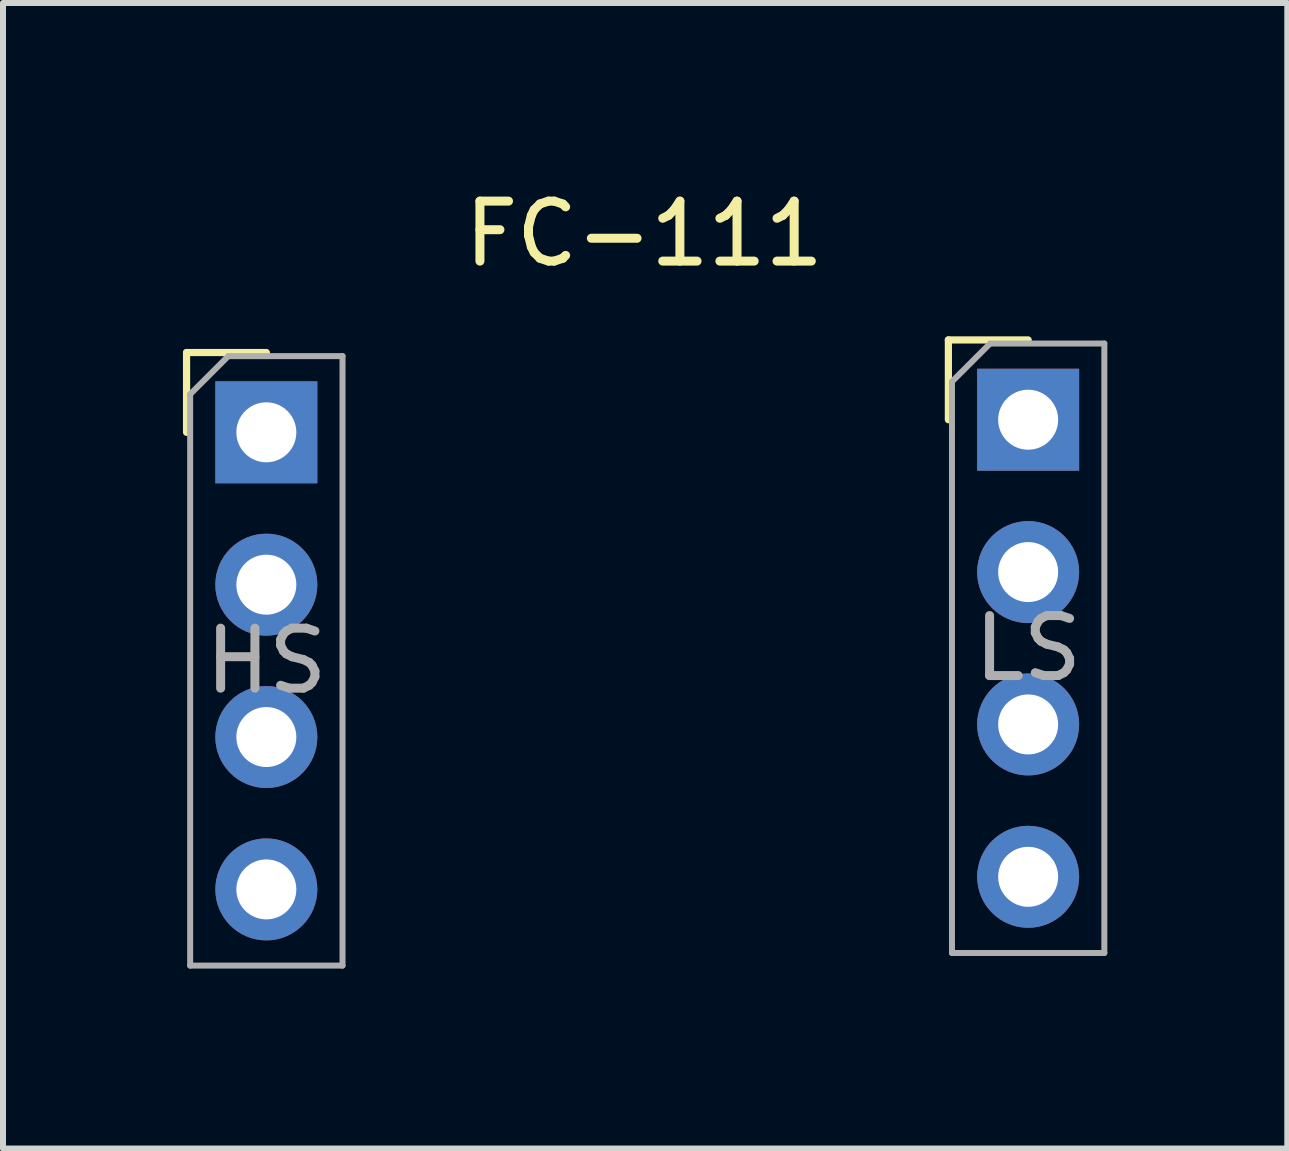
<source format=kicad_pcb>
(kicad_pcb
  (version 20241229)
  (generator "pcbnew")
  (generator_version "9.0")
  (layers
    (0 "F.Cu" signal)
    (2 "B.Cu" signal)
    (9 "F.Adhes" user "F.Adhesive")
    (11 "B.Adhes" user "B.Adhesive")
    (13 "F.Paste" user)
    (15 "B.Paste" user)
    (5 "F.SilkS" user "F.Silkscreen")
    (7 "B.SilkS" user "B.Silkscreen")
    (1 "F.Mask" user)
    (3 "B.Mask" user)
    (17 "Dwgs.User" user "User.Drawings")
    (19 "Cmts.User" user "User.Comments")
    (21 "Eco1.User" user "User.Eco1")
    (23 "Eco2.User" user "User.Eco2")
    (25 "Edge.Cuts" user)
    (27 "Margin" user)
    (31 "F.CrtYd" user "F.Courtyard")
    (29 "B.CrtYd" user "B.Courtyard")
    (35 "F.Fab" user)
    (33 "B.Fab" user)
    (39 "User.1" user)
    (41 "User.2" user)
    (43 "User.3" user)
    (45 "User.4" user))
  (footprint "FC-111"
    (layer "F.Cu")
    (at 7.689 8.011)
    (property "Reference" "FC-111" (at 0 -7.163 0) (layer "F.SilkS") (effects (font (size 1 1) (thickness 0.15))))
    (attr through_hole)
    (fp_line (start -7.629 -5.184) (end -6.299 -5.184) (stroke (width 0.12) (type solid)) (layer "F.SilkS"))
    (fp_line (start -7.629 -3.854) (end -7.629 -5.184) (stroke (width 0.12) (type solid)) (layer "F.SilkS"))
    (fp_line (start 5.071 -5.394) (end 6.401 -5.394) (stroke (width 0.12) (type solid)) (layer "F.SilkS"))
    (fp_line (start 5.071 -4.064) (end 5.071 -5.394) (stroke (width 0.12) (type solid)) (layer "F.SilkS"))
    (fp_rect (start 0 0) (end 0 0) (stroke (width 0.12) (type solid)) (fill no) (layer "F.SilkS"))
    (fp_rect (start 0 0) (end 0 0) (stroke (width 0.12) (type solid)) (fill no) (layer "F.SilkS"))
    (fp_rect (start 0 0) (end 0 0) (stroke (width 0.05) (type solid)) (fill no) (layer "F.CrtYd"))
    (fp_rect (start 0 0) (end 0 0) (stroke (width 0.05) (type solid)) (fill no) (layer "F.CrtYd"))
    (fp_line (start -7.569 -4.489) (end -6.934 -5.124) (stroke (width 0.1) (type solid)) (layer "F.Fab"))
    (fp_line (start -7.569 5.036) (end -7.569 -4.489) (stroke (width 0.1) (type solid)) (layer "F.Fab"))
    (fp_line (start -6.934 -5.124) (end -5.029 -5.124) (stroke (width 0.1) (type solid)) (layer "F.Fab"))
    (fp_line (start -5.029 -5.124) (end -5.029 5.036) (stroke (width 0.1) (type solid)) (layer "F.Fab"))
    (fp_line (start -5.029 5.036) (end -7.569 5.036) (stroke (width 0.1) (type solid)) (layer "F.Fab"))
    (fp_line (start 5.131 -4.699) (end 5.766 -5.334) (stroke (width 0.1) (type solid)) (layer "F.Fab"))
    (fp_line (start 5.131 4.826) (end 5.131 -4.699) (stroke (width 0.1) (type solid)) (layer "F.Fab"))
    (fp_line (start 5.766 -5.334) (end 7.671 -5.334) (stroke (width 0.1) (type solid)) (layer "F.Fab"))
    (fp_line (start 7.671 -5.334) (end 7.671 4.826) (stroke (width 0.1) (type solid)) (layer "F.Fab"))
    (fp_line (start 7.671 4.826) (end 5.131 4.826) (stroke (width 0.1) (type solid)) (layer "F.Fab"))
    (fp_text user "HS" (at -6.299 -0.044 180) (layer "F.Fab") (effects (font (size 1 1) (thickness 0.15))))
    (fp_text user "LS" (at 6.401 -0.254 0) (layer "F.Fab") (effects (font (size 1 1) (thickness 0.15))))
    (pad "1" thru_hole rect (at -6.299 -3.854) (size 1.7 1.7) (drill 1) (layers "*.Cu" "*.Mask"))
    (pad "2" thru_hole oval (at -6.299 -1.314) (size 1.7 1.7) (drill 1) (layers "*.Cu" "*.Mask"))
    (pad "3" thru_hole oval (at -6.299 1.226) (size 1.7 1.7) (drill 1) (layers "*.Cu" "*.Mask"))
    (pad "4" thru_hole oval (at -6.299 3.766) (size 1.7 1.7) (drill 1) (layers "*.Cu" "*.Mask"))
    (pad "5" thru_hole rect (at 6.401 -4.064) (size 1.7 1.7) (drill 1) (layers "*.Cu" "*.Mask"))
    (pad "6" thru_hole oval (at 6.401 -1.524) (size 1.7 1.7) (drill 1) (layers "*.Cu" "*.Mask"))
    (pad "7" thru_hole oval (at 6.401 1.016) (size 1.7 1.7) (drill 1) (layers "*.Cu" "*.Mask"))
    (pad "8" thru_hole oval (at 6.401 3.556) (size 1.7 1.7) (drill 1) (layers "*.Cu" "*.Mask")))
  (gr_rect
    (start -3 -3)
    (end 18.41 16.097)
    (stroke (width 0.1) (type default))
    (fill no)
    (layer "Edge.Cuts")))
</source>
